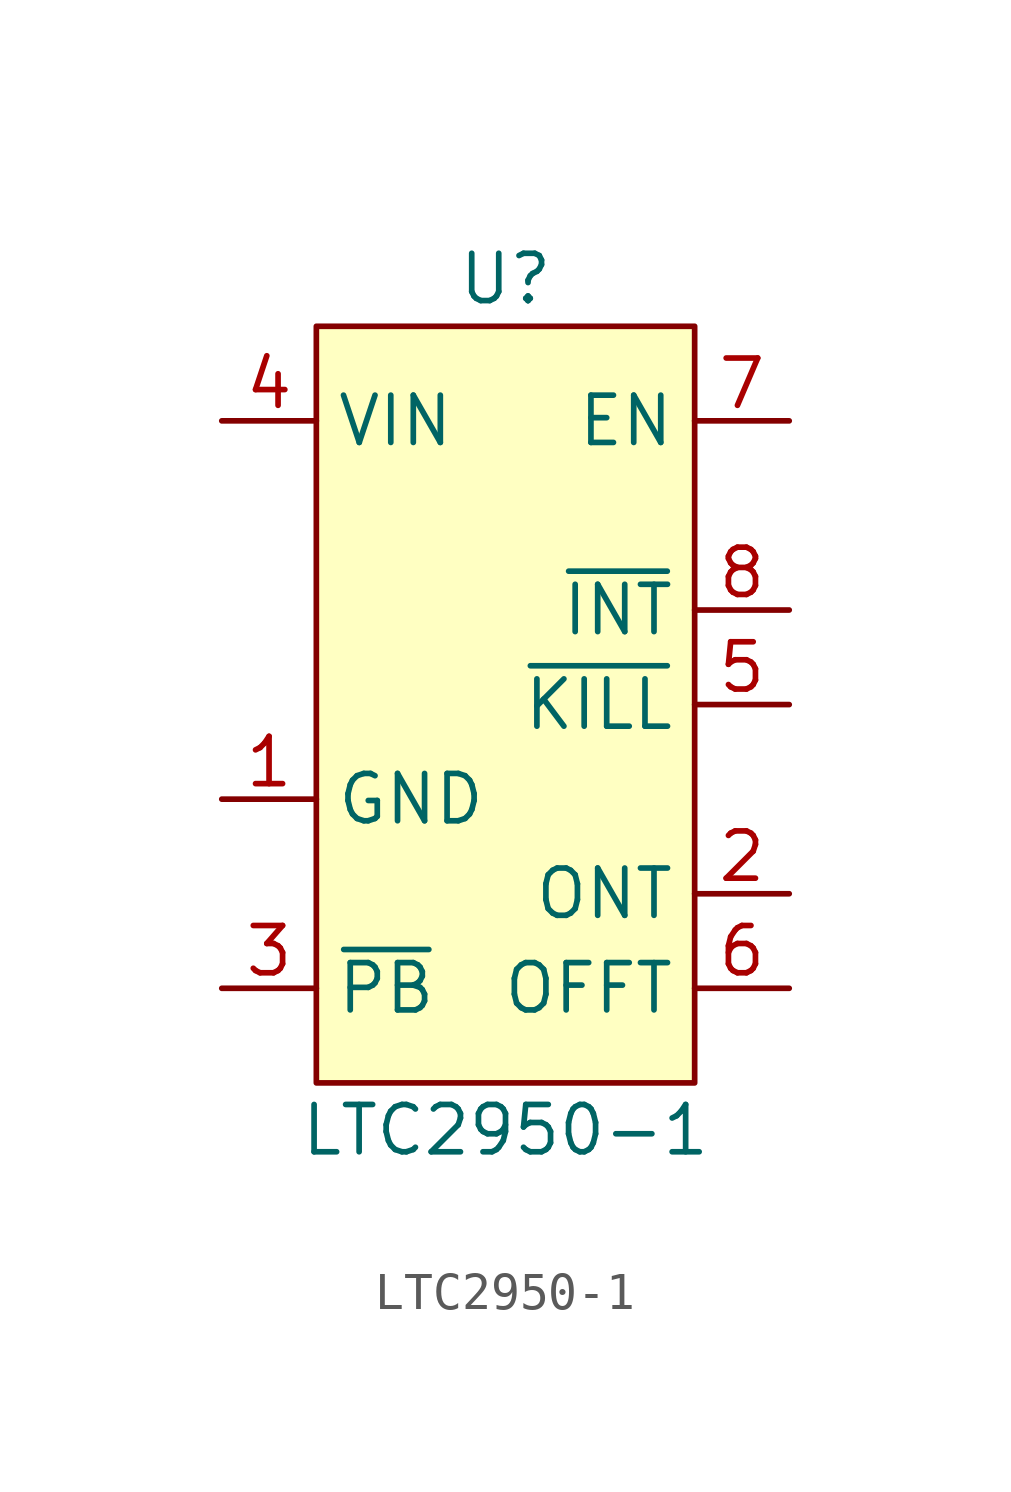
<source format=kicad_sym>
(kicad_symbol_lib
  (version 20220914)
  (generator kicad_symbol_editor)
  (symbol "LTC2950-1"
    (property "Reference" "U"
      (at 0 11.43 0)
      (effects (font (size 1.27 1.27))))
    (property "Value" "LTC2950-1"
      (at 0 -11.43 0)
      (effects (font (size 1.27 1.27))))
    (symbol "LTC2950-1_1_1"
      (rectangle (start -5.08 10.16) (end 5.08 -10.16) (stroke (width 0) (type default)) (fill (type background)))
      (pin power_in line (at -7.62 -2.54 0) (length 2.54) (name "GND" (effects (font (size 1.27 1.27)))) (number "1" (effects (font (size 1.27 1.27)))))
      (pin passive line (at 7.62 -5.08 180) (length 2.54) (name "ONT" (effects (font (size 1.27 1.27)))) (number "2" (effects (font (size 1.27 1.27)))))
      (pin passive line (at -7.62 -7.62 0) (length 2.54) (name "~{PB}" (effects (font (size 1.27 1.27)))) (number "3" (effects (font (size 1.27 1.27)))))
      (pin power_in line (at -7.62 7.62 0) (length 2.54) (name "VIN" (effects (font (size 1.27 1.27)))) (number "4" (effects (font (size 1.27 1.27)))))
      (pin open_collector line (at 7.62 0 180) (length 2.54) (name "~{KILL}" (effects (font (size 1.27 1.27)))) (number "5" (effects (font (size 1.27 1.27)))))
      (pin passive line (at 7.62 -7.62 180) (length 2.54) (name "OFFT" (effects (font (size 1.27 1.27)))) (number "6" (effects (font (size 1.27 1.27)))))
      (pin output line (at 7.62 7.62 180) (length 2.54) (name "EN" (effects (font (size 1.27 1.27)))) (number "7" (effects (font (size 1.27 1.27)))))
      (pin open_collector line (at 7.62 2.54 180) (length 2.54) (name "~{INT}" (effects (font (size 1.27 1.27)))) (number "8" (effects (font (size 1.27 1.27))))))))
</source>
